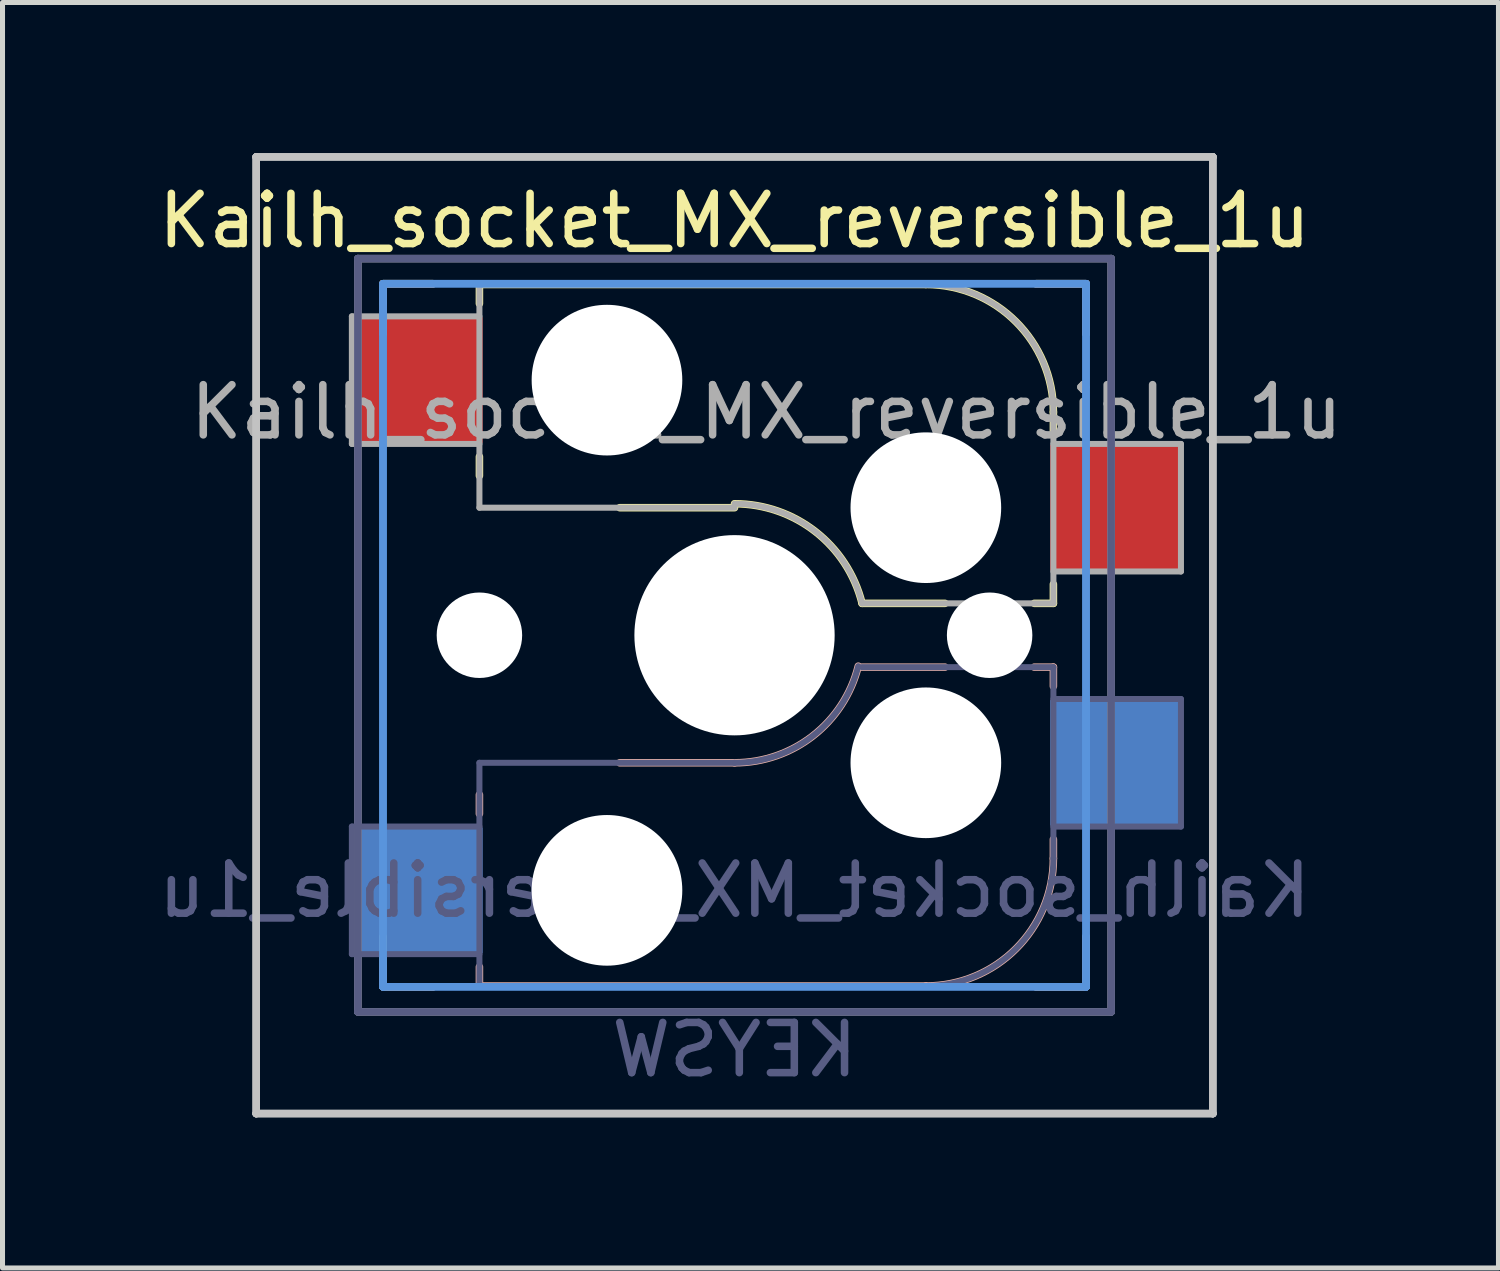
<source format=kicad_pcb>
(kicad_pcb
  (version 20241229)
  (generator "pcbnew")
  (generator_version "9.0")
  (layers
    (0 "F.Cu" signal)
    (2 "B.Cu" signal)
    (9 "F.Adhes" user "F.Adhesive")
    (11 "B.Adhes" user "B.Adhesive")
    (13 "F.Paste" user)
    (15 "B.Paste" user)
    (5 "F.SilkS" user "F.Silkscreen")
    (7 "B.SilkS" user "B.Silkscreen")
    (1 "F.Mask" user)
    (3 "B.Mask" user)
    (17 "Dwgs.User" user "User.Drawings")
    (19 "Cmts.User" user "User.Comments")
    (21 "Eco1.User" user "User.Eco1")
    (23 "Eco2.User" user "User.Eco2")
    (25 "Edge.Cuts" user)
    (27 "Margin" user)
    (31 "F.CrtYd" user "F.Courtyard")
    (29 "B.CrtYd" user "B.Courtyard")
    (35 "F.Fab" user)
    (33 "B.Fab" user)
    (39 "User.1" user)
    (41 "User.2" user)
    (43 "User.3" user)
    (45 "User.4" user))
  (footprint "Kailh_socket_MX_reversible_1u"
    (layer "F.Cu")
    (at 11.577 9.6)
    (property "Reference" "Kailh_socket_MX_reversible_1u" (at 0 -8.255 0) (layer "F.SilkS") (effects (font (size 1 1) (thickness 0.15))))
    (property "Value" "KEYSW" (at 0 8.255 0) (layer "F.Fab") (hide yes) (effects (font (size 1 1) (thickness 0.15))))
    (attr smd)
    (fp_line (start -7 -7) (end -6 -7) (stroke (width 0.15) (type solid)) (layer "F.SilkS"))
    (fp_line (start -7 -6.604) (end -7 -7) (stroke (width 0.15) (type solid)) (layer "F.SilkS"))
    (fp_line (start -7 7) (end -7 6) (stroke (width 0.15) (type solid)) (layer "F.SilkS"))
    (fp_line (start -6 7) (end -7 7) (stroke (width 0.15) (type solid)) (layer "F.SilkS"))
    (fp_line (start -5.08 -6.985) (end -5.08 -6.604) (stroke (width 0.15) (type solid)) (layer "F.SilkS"))
    (fp_line (start -5.08 -3.556) (end -5.08 -3.175) (stroke (width 0.15) (type solid)) (layer "F.SilkS"))
    (fp_line (start -2.286 -2.54) (end 0 -2.54) (stroke (width 0.15) (type solid)) (layer "F.SilkS"))
    (fp_line (start 2.54 -0.635) (end 4.191 -0.635) (stroke (width 0.15) (type solid)) (layer "F.SilkS"))
    (fp_line (start 3.81 -6.985) (end -5.08 -6.985) (stroke (width 0.15) (type solid)) (layer "F.SilkS"))
    (fp_line (start 5.969 -0.635) (end 6.35 -0.635) (stroke (width 0.15) (type solid)) (layer "F.SilkS"))
    (fp_line (start 6 -7) (end 7 -7) (stroke (width 0.15) (type solid)) (layer "F.SilkS"))
    (fp_line (start 6.35 -4.445) (end 6.35 -4.064) (stroke (width 0.15) (type solid)) (layer "F.SilkS"))
    (fp_line (start 6.35 -0.635) (end 6.35 -1.016) (stroke (width 0.15) (type solid)) (layer "F.SilkS"))
    (fp_line (start 7 -7) (end 7 -6) (stroke (width 0.15) (type solid)) (layer "F.SilkS"))
    (fp_line (start 7 6) (end 7 7) (stroke (width 0.15) (type solid)) (layer "F.SilkS"))
    (fp_line (start 7 7) (end 6 7) (stroke (width 0.15) (type solid)) (layer "F.SilkS"))
    (fp_arc (start 0.000001 -2.618171) (mid 1.611255 -2.063656) (end 2.539999 -0.634999) (stroke (width 0.15) (type solid)) (layer "F.SilkS"))
    (fp_arc (start 3.81 -6.985) (mid 5.606051 -6.241051) (end 6.35 -4.445) (stroke (width 0.15) (type solid)) (layer "F.SilkS"))
    (fp_line (start -7 -7) (end -6 -7) (stroke (width 0.15) (type solid)) (layer "B.SilkS"))
    (fp_line (start -7 -6) (end -7 -7) (stroke (width 0.15) (type solid)) (layer "B.SilkS"))
    (fp_line (start -7 7) (end -7 6.604) (stroke (width 0.15) (type solid)) (layer "B.SilkS"))
    (fp_line (start -6 7) (end -7 7) (stroke (width 0.15) (type solid)) (layer "B.SilkS"))
    (fp_line (start -5.08 3.175) (end -5.08 3.556) (stroke (width 0.15) (type solid)) (layer "B.SilkS"))
    (fp_line (start -5.08 6.604) (end -5.08 6.985) (stroke (width 0.15) (type solid)) (layer "B.SilkS"))
    (fp_line (start -5.08 6.985) (end 3.81 6.985) (stroke (width 0.15) (type solid)) (layer "B.SilkS"))
    (fp_line (start 0 2.54) (end -2.286 2.54) (stroke (width 0.15) (type solid)) (layer "B.SilkS"))
    (fp_line (start 4.191 0.635) (end 2.54 0.635) (stroke (width 0.15) (type solid)) (layer "B.SilkS"))
    (fp_line (start 6 -7) (end 7 -7) (stroke (width 0.15) (type solid)) (layer "B.SilkS"))
    (fp_line (start 6.35 0.635) (end 5.969 0.635) (stroke (width 0.15) (type solid)) (layer "B.SilkS"))
    (fp_line (start 6.35 1.016) (end 6.35 0.635) (stroke (width 0.15) (type solid)) (layer "B.SilkS"))
    (fp_line (start 6.35 4.445) (end 6.35 4.064) (stroke (width 0.15) (type solid)) (layer "B.SilkS"))
    (fp_line (start 7 -7) (end 7 -6) (stroke (width 0.15) (type solid)) (layer "B.SilkS"))
    (fp_line (start 7 6) (end 7 7) (stroke (width 0.15) (type solid)) (layer "B.SilkS"))
    (fp_line (start 7 7) (end 6 7) (stroke (width 0.15) (type solid)) (layer "B.SilkS"))
    (fp_arc (start 2.464162 0.61604) (mid 1.563147 2.002042) (end 0 2.54) (stroke (width 0.15) (type solid)) (layer "B.SilkS"))
    (fp_arc (start 6.35 4.445) (mid 5.606051 6.241051) (end 3.81 6.985) (stroke (width 0.15) (type solid)) (layer "B.SilkS"))
    (fp_line (start -9.525 -9.525) (end -9.525 -9.525) (stroke (width 0.15) (type solid)) (layer "Dwgs.User"))
    (fp_line (start -9.525 -9.525) (end -9.525 -9.525) (stroke (width 0.15) (type solid)) (layer "Dwgs.User"))
    (fp_line (start -9.525 -9.525) (end -9.525 9.525) (stroke (width 0.15) (type solid)) (layer "Dwgs.User"))
    (fp_line (start -9.525 -9.525) (end 9.525 -9.525) (stroke (width 0.15) (type solid)) (layer "Dwgs.User"))
    (fp_line (start -9.525 9.525) (end -9.525 -9.525) (stroke (width 0.15) (type solid)) (layer "Dwgs.User"))
    (fp_line (start -9.525 9.525) (end -9.525 9.525) (stroke (width 0.15) (type solid)) (layer "Dwgs.User"))
    (fp_line (start -9.525 9.525) (end -9.525 9.525) (stroke (width 0.15) (type solid)) (layer "Dwgs.User"))
    (fp_line (start -9.525 9.525) (end 9.525 9.525) (stroke (width 0.15) (type solid)) (layer "Dwgs.User"))
    (fp_line (start 9.525 -9.525) (end -9.525 -9.525) (stroke (width 0.15) (type solid)) (layer "Dwgs.User"))
    (fp_line (start 9.525 -9.525) (end 9.525 -9.525) (stroke (width 0.15) (type solid)) (layer "Dwgs.User"))
    (fp_line (start 9.525 -9.525) (end 9.525 -9.525) (stroke (width 0.15) (type solid)) (layer "Dwgs.User"))
    (fp_line (start 9.525 -9.525) (end 9.525 9.525) (stroke (width 0.15) (type solid)) (layer "Dwgs.User"))
    (fp_line (start 9.525 9.525) (end -9.525 9.525) (stroke (width 0.15) (type solid)) (layer "Dwgs.User"))
    (fp_line (start 9.525 9.525) (end 9.525 -9.525) (stroke (width 0.15) (type solid)) (layer "Dwgs.User"))
    (fp_line (start 9.525 9.525) (end 9.525 9.525) (stroke (width 0.15) (type solid)) (layer "Dwgs.User"))
    (fp_line (start 9.525 9.525) (end 9.525 9.525) (stroke (width 0.15) (type solid)) (layer "Dwgs.User"))
    (fp_line (start -7 -7) (end -7 7) (stroke (width 0.15) (type solid)) (layer "Cmts.User"))
    (fp_line (start -7 -7) (end 7 -7) (stroke (width 0.15) (type solid)) (layer "Cmts.User"))
    (fp_line (start -7 7) (end -7 -7) (stroke (width 0.15) (type solid)) (layer "Cmts.User"))
    (fp_line (start -7 7) (end -7 7) (stroke (width 0.15) (type solid)) (layer "Cmts.User"))
    (fp_line (start -7 7) (end -7 7) (stroke (width 0.15) (type solid)) (layer "Cmts.User"))
    (fp_line (start -7 7) (end 7 7) (stroke (width 0.15) (type solid)) (layer "Cmts.User"))
    (fp_line (start 7 -7) (end -7 -7) (stroke (width 0.15) (type solid)) (layer "Cmts.User"))
    (fp_line (start 7 -7) (end 7 -7) (stroke (width 0.15) (type solid)) (layer "Cmts.User"))
    (fp_line (start 7 -7) (end 7 -7) (stroke (width 0.15) (type solid)) (layer "Cmts.User"))
    (fp_line (start 7 -7) (end 7 7) (stroke (width 0.15) (type solid)) (layer "Cmts.User"))
    (fp_line (start 7 7) (end -7 7) (stroke (width 0.15) (type solid)) (layer "Cmts.User"))
    (fp_line (start 7 7) (end 7 -7) (stroke (width 0.15) (type solid)) (layer "Cmts.User"))
    (fp_line (start 7 7) (end 7 7) (stroke (width 0.15) (type solid)) (layer "Cmts.User"))
    (fp_line (start 7 7) (end 7 7) (stroke (width 0.15) (type solid)) (layer "Cmts.User"))
    (fp_line (start -6.9 6.9) (end -6.9 -6.9) (stroke (width 0.15) (type solid)) (layer "Eco2.User"))
    (fp_line (start -6.9 6.9) (end 6.9 6.9) (stroke (width 0.15) (type solid)) (layer "Eco2.User"))
    (fp_line (start 6.9 -6.9) (end -6.9 -6.9) (stroke (width 0.15) (type solid)) (layer "Eco2.User"))
    (fp_line (start 6.9 -6.9) (end 6.9 6.9) (stroke (width 0.15) (type solid)) (layer "Eco2.User"))
    (fp_line (start -7.62 3.81) (end -7.62 6.35) (stroke (width 0.12) (type solid)) (layer "B.Fab"))
    (fp_line (start -7.62 6.35) (end -5.08 6.35) (stroke (width 0.12) (type solid)) (layer "B.Fab"))
    (fp_line (start -7.5 -7.5) (end 7.5 -7.5) (stroke (width 0.15) (type solid)) (layer "B.Fab"))
    (fp_line (start -7.5 7.5) (end -7.5 -7.5) (stroke (width 0.15) (type solid)) (layer "B.Fab"))
    (fp_line (start -5.08 2.54) (end -5.08 6.985) (stroke (width 0.12) (type solid)) (layer "B.Fab"))
    (fp_line (start -5.08 3.81) (end -7.62 3.81) (stroke (width 0.12) (type solid)) (layer "B.Fab"))
    (fp_line (start -5.08 6.985) (end 3.81 6.985) (stroke (width 0.12) (type solid)) (layer "B.Fab"))
    (fp_line (start 0 2.54) (end -5.08 2.54) (stroke (width 0.12) (type solid)) (layer "B.Fab"))
    (fp_line (start 6.35 0.635) (end 2.54 0.635) (stroke (width 0.12) (type solid)) (layer "B.Fab"))
    (fp_line (start 6.35 3.81) (end 8.89 3.81) (stroke (width 0.12) (type solid)) (layer "B.Fab"))
    (fp_line (start 6.35 4.445) (end 6.35 0.635) (stroke (width 0.12) (type solid)) (layer "B.Fab"))
    (fp_line (start 7.5 -7.5) (end 7.5 7.5) (stroke (width 0.15) (type solid)) (layer "B.Fab"))
    (fp_line (start 7.5 7.5) (end -7.5 7.5) (stroke (width 0.15) (type solid)) (layer "B.Fab"))
    (fp_line (start 8.89 1.27) (end 6.35 1.27) (stroke (width 0.12) (type solid)) (layer "B.Fab"))
    (fp_line (start 8.89 3.81) (end 8.89 1.27) (stroke (width 0.12) (type solid)) (layer "B.Fab"))
    (fp_arc (start 2.464162 0.61604) (mid 1.563147 2.002042) (end 0 2.54) (stroke (width 0.12) (type solid)) (layer "B.Fab"))
    (fp_arc (start 6.35 4.445) (mid 5.606051 6.241051) (end 3.81 6.985) (stroke (width 0.12) (type solid)) (layer "B.Fab"))
    (fp_line (start -7.62 -6.35) (end -7.62 -3.81) (stroke (width 0.12) (type solid)) (layer "F.Fab"))
    (fp_line (start -7.62 -3.81) (end -5.08 -3.81) (stroke (width 0.12) (type solid)) (layer "F.Fab"))
    (fp_line (start -7.5 -7.5) (end 7.5 -7.5) (stroke (width 0.15) (type solid)) (layer "F.Fab"))
    (fp_line (start -7.5 7.5) (end -7.5 -7.5) (stroke (width 0.15) (type solid)) (layer "F.Fab"))
    (fp_line (start -5.08 -6.985) (end -5.08 -2.54) (stroke (width 0.12) (type solid)) (layer "F.Fab"))
    (fp_line (start -5.08 -6.35) (end -7.62 -6.35) (stroke (width 0.12) (type solid)) (layer "F.Fab"))
    (fp_line (start -5.08 -2.54) (end 0 -2.54) (stroke (width 0.12) (type solid)) (layer "F.Fab"))
    (fp_line (start 2.54 -0.635) (end 6.35 -0.635) (stroke (width 0.12) (type solid)) (layer "F.Fab"))
    (fp_line (start 3.81 -6.985) (end -5.08 -6.985) (stroke (width 0.12) (type solid)) (layer "F.Fab"))
    (fp_line (start 6.35 -1.27) (end 8.89 -1.27) (stroke (width 0.12) (type solid)) (layer "F.Fab"))
    (fp_line (start 6.35 -0.635) (end 6.35 -4.445) (stroke (width 0.12) (type solid)) (layer "F.Fab"))
    (fp_line (start 7.5 -7.5) (end 7.5 7.5) (stroke (width 0.15) (type solid)) (layer "F.Fab"))
    (fp_line (start 7.5 7.5) (end -7.5 7.5) (stroke (width 0.15) (type solid)) (layer "F.Fab"))
    (fp_line (start 8.89 -3.81) (end 6.35 -3.81) (stroke (width 0.12) (type solid)) (layer "F.Fab"))
    (fp_line (start 8.89 -1.27) (end 8.89 -3.81) (stroke (width 0.12) (type solid)) (layer "F.Fab"))
    (fp_arc (start 0.000001 -2.618171) (mid 1.611255 -2.063656) (end 2.539999 -0.634999) (stroke (width 0.12) (type solid)) (layer "F.Fab"))
    (fp_arc (start 3.81 -6.985) (mid 5.606051 -6.241051) (end 6.35 -4.445) (stroke (width 0.12) (type solid)) (layer "F.Fab"))
    (fp_poly (pts (xy 7.144 7.144) (xy -7.144 7.144) (xy -7.144 -7.144) (xy 7.144 -7.144)) (stroke (width 0.1) (type solid)) (fill no) (layer "User.2"))
    (fp_poly (pts (xy 3.572 -7.151) (xy 3.572 7.144) (xy 2.381 8.334) (xy -2.381 8.334) (xy -3.572 7.144) (xy -3.572 -7.144) (xy -2.381 -8.334) (xy 2.381 -8.334)) (stroke (width 0.1) (type solid)) (fill no) (layer "User.3"))
    (fp_text user "${REFERENCE}" (at 0 5.08 0) (layer "B.Fab") (effects (font (size 1 1) (thickness 0.15)) (justify mirror)))
    (fp_text user "${VALUE}" (at 0 8.255 0) (layer "B.Fab") (effects (font (size 1 1) (thickness 0.15)) (justify mirror)))
    (fp_text user "${REFERENCE}" (at 0.635 -4.445 0) (layer "F.Fab") (effects (font (size 1 1) (thickness 0.15))))
    (pad "" np_thru_hole circle (at -5.08 0) (size 1.702 1.702) (drill 1.702) (layers "*.Cu" "*.Mask"))
    (pad "" np_thru_hole circle (at -2.54 -5.08) (size 3 3) (drill 3) (layers "*.Cu" "*.Mask"))
    (pad "" np_thru_hole circle (at -2.54 5.08) (size 3 3) (drill 3) (layers "*.Cu" "*.Mask"))
    (pad "" np_thru_hole circle (at 0 0) (size 3.988 3.988) (drill 3.988) (layers "*.Cu" "*.Mask"))
    (pad "" np_thru_hole circle (at 3.81 -2.54) (size 3 3) (drill 3) (layers "*.Cu" "*.Mask"))
    (pad "" np_thru_hole circle (at 3.81 2.54) (size 3 3) (drill 3) (layers "*.Cu" "*.Mask"))
    (pad "" np_thru_hole circle (at 5.08 0) (size 1.702 1.702) (drill 1.702) (layers "*.Cu" "*.Mask"))
    (pad "1" smd rect (at -6.29 -5.08) (size 2.55 2.5) (layers "F.Cu" "F.Mask" "F.Paste"))
    (pad "1" smd rect (at -6.29 5.08) (size 2.55 2.5) (layers "B.Cu" "B.Mask" "B.Paste"))
    (pad "2" smd rect (at 7.56 -2.54) (size 2.55 2.5) (layers "F.Cu" "F.Mask" "F.Paste"))
    (pad "2" smd rect (at 7.56 2.54) (size 2.55 2.5) (layers "B.Cu" "B.Mask" "B.Paste")))
  (gr_rect
    (start -3 -3)
    (end 26.79 22.2)
    (stroke (width 0.1) (type default))
    (fill no)
    (layer "Edge.Cuts")))
</source>
